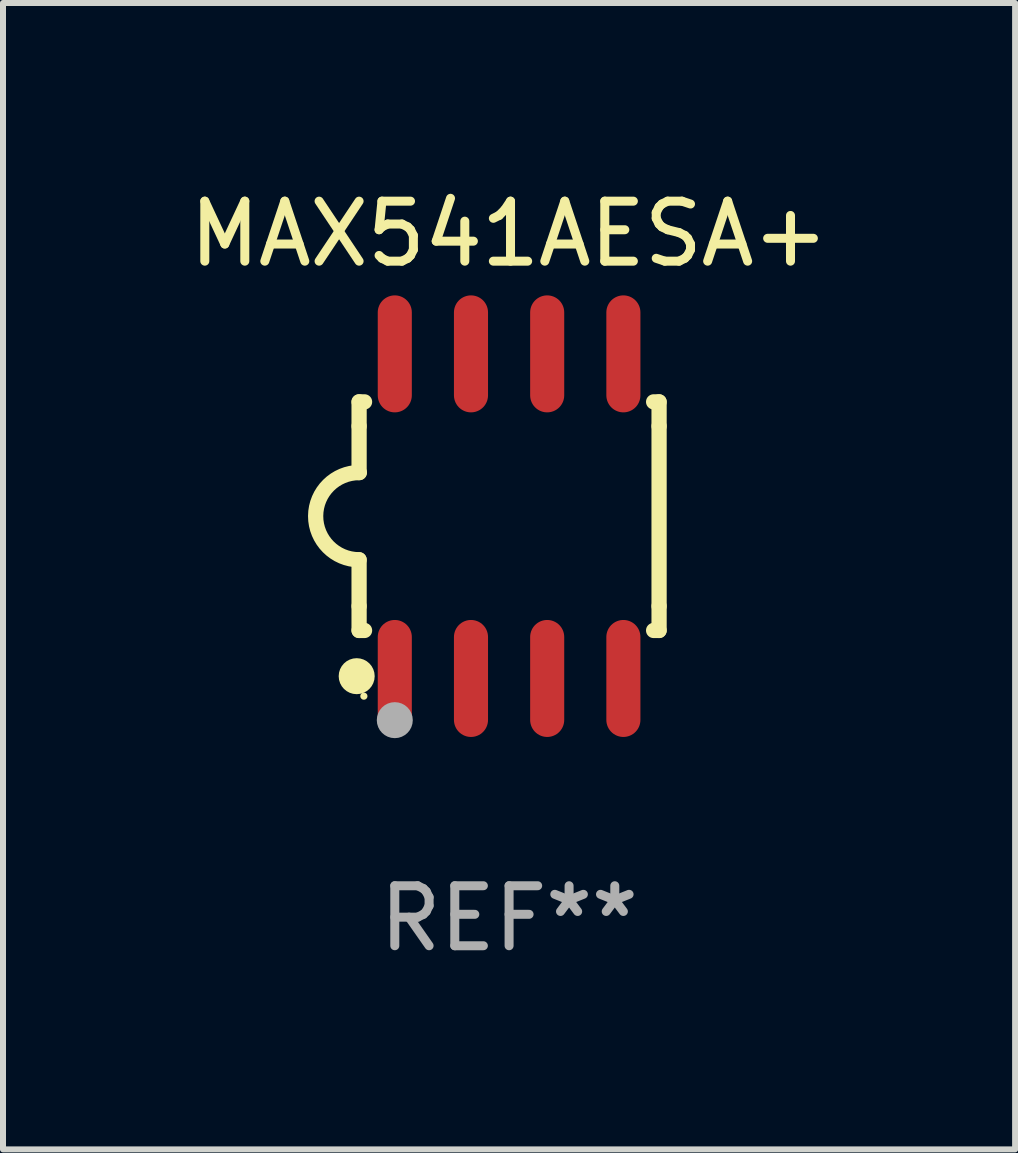
<source format=kicad_pcb>
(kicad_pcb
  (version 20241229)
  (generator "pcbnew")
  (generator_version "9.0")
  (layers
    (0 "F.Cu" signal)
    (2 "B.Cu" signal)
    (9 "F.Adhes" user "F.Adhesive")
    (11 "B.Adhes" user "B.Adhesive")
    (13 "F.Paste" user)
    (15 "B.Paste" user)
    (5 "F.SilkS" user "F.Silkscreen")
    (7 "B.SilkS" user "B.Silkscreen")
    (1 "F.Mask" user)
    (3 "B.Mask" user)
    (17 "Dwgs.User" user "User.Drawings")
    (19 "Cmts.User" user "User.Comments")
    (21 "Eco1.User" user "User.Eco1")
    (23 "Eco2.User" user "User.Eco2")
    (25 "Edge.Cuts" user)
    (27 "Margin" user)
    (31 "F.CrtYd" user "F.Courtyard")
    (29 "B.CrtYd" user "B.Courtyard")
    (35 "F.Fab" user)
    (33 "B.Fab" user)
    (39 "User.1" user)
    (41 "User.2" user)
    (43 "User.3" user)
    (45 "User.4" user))
  (footprint "MAX541AESA+"
    (layer "F.Cu")
    (at 5.435 5.553)
    (property "Reference" "MAX541AESA+" (at 0 -4.705 0) (layer "F.SilkS") (effects (font (size 1 1) (thickness 0.15))))
    (attr through_hole)
    (fp_line (start -2.5 -1.905) (end -2.409 -1.905) (stroke (width 0.254) (type solid)) (layer "F.SilkS"))
    (fp_line (start -2.5 -1.5) (end -2.5 -1.905) (stroke (width 0.254) (type solid)) (layer "F.SilkS"))
    (fp_line (start -2.5 -1.5) (end -2.5 -0.726) (stroke (width 0.254) (type solid)) (layer "F.SilkS"))
    (fp_line (start -2.5 1.5) (end -2.5 0.727) (stroke (width 0.254) (type solid)) (layer "F.SilkS"))
    (fp_line (start -2.5 1.5) (end -2.5 1.905) (stroke (width 0.254) (type solid)) (layer "F.SilkS"))
    (fp_line (start -2.5 1.905) (end -2.409 1.905) (stroke (width 0.254) (type solid)) (layer "F.SilkS"))
    (fp_line (start 2.5 -1.905) (end 2.409 -1.905) (stroke (width 0.254) (type solid)) (layer "F.SilkS"))
    (fp_line (start 2.5 -1.5) (end 2.5 -1.905) (stroke (width 0.254) (type solid)) (layer "F.SilkS"))
    (fp_line (start 2.5 -1.5) (end 2.5 1.5) (stroke (width 0.254) (type solid)) (layer "F.SilkS"))
    (fp_line (start 2.5 1.5) (end 2.5 1.905) (stroke (width 0.254) (type solid)) (layer "F.SilkS"))
    (fp_line (start 2.5 1.905) (end 2.409 1.905) (stroke (width 0.254) (type solid)) (layer "F.SilkS"))
    (fp_arc (start -2.5 0.726568) (mid -3.220316 -0.0023) (end -2.495097 -0.726289) (stroke (width 0.254001) (type solid)) (layer "F.SilkS"))
    (fp_circle (center -2.54 2.667) (end -2.39 2.667) (stroke (width 0.3) (type solid)) (fill no) (layer "F.SilkS"))
    (fp_circle (center -2.42 3) (end -2.39 3) (stroke (width 0.06) (type solid)) (fill no) (layer "F.SilkS"))
    (fp_circle (center -1.905 3.4) (end -1.755 3.4) (stroke (width 0.3) (type solid)) (fill no) (layer "F.Fab"))
    (fp_text user "REF**" (at 0 6.705 0) (layer "F.Fab") (effects (font (size 1 1) (thickness 0.15))))
    (pad "1" smd oval (at -1.905 2.705) (size 0.568 1.95) (layers "F.Cu" "F.Mask" "F.Paste"))
    (pad "2" smd oval (at -0.635 2.705) (size 0.568 1.95) (layers "F.Cu" "F.Mask" "F.Paste"))
    (pad "3" smd oval (at 0.635 2.705) (size 0.568 1.95) (layers "F.Cu" "F.Mask" "F.Paste"))
    (pad "4" smd oval (at 1.905 2.705) (size 0.568 1.95) (layers "F.Cu" "F.Mask" "F.Paste"))
    (pad "5" smd oval (at 1.905 -2.705) (size 0.568 1.95) (layers "F.Cu" "F.Mask" "F.Paste"))
    (pad "6" smd oval (at 0.635 -2.705) (size 0.568 1.95) (layers "F.Cu" "F.Mask" "F.Paste"))
    (pad "7" smd oval (at -0.635 -2.705) (size 0.568 1.95) (layers "F.Cu" "F.Mask" "F.Paste"))
    (pad "8" smd oval (at -1.905 -2.705) (size 0.568 1.95) (layers "F.Cu" "F.Mask" "F.Paste")))
  (gr_rect
    (start -3 -3)
    (end 13.869 16.107)
    (stroke (width 0.1) (type default))
    (fill no)
    (layer "Edge.Cuts")))
</source>
